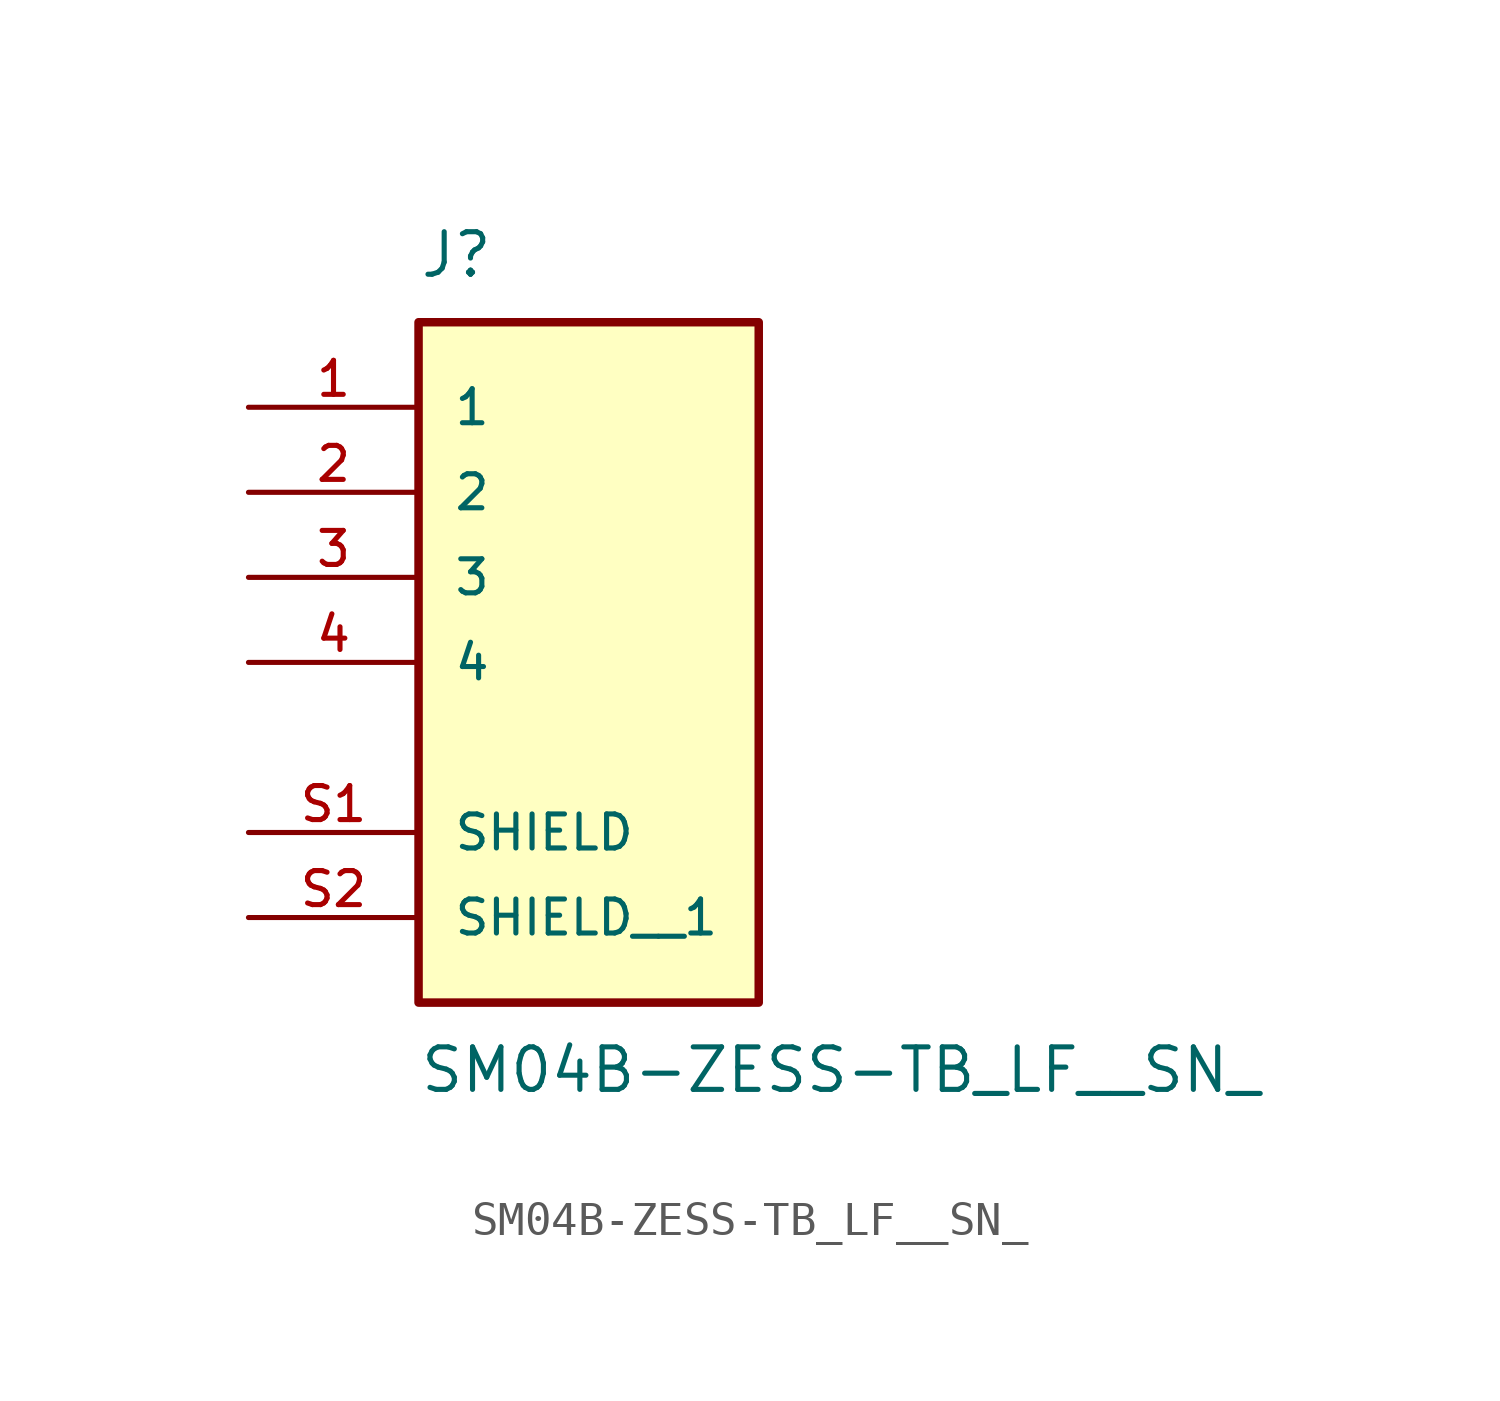
<source format=kicad_sym>
(kicad_symbol_lib
  (version 20211014)
  (generator kicad_symbol_editor)
  (symbol "SM04B-ZESS-TB_LF__SN_"
    (pin_names
      (offset 1.016))
    (property "Reference" "J"
      (at -5.08 8.89 0)
      (effects (font (size 1.27 1.27)) (justify bottom left)))
    (property "Value" "SM04B-ZESS-TB_LF__SN_"
      (at -5.08 -13.97 0.0)
      (effects (font (size 1.27 1.27)) (justify top left)))
    (symbol "SM04B-ZESS-TB_LF__SN__0_0"
      (rectangle (start -5.08 -12.7) (end 5.08 7.62) (stroke (width 0.254)) (fill (type background)))
      (pin passive line (at -10.16 5.08 0) (length 5.08) (name "1" (effects (font (size 1.016 1.016)))) (number "1" (effects (font (size 1.016 1.016)))))
      (pin passive line (at -10.16 2.54 0) (length 5.08) (name "2" (effects (font (size 1.016 1.016)))) (number "2" (effects (font (size 1.016 1.016)))))
      (pin passive line (at -10.16 0.0 0) (length 5.08) (name "3" (effects (font (size 1.016 1.016)))) (number "3" (effects (font (size 1.016 1.016)))))
      (pin passive line (at -10.16 -2.54 0) (length 5.08) (name "4" (effects (font (size 1.016 1.016)))) (number "4" (effects (font (size 1.016 1.016)))))
      (pin passive line (at -10.16 -7.62 0) (length 5.08) (name "SHIELD" (effects (font (size 1.016 1.016)))) (number "S1" (effects (font (size 1.016 1.016)))))
      (pin passive line (at -10.16 -10.16 0) (length 5.08) (name "SHIELD__1" (effects (font (size 1.016 1.016)))) (number "S2" (effects (font (size 1.016 1.016))))))))
</source>
